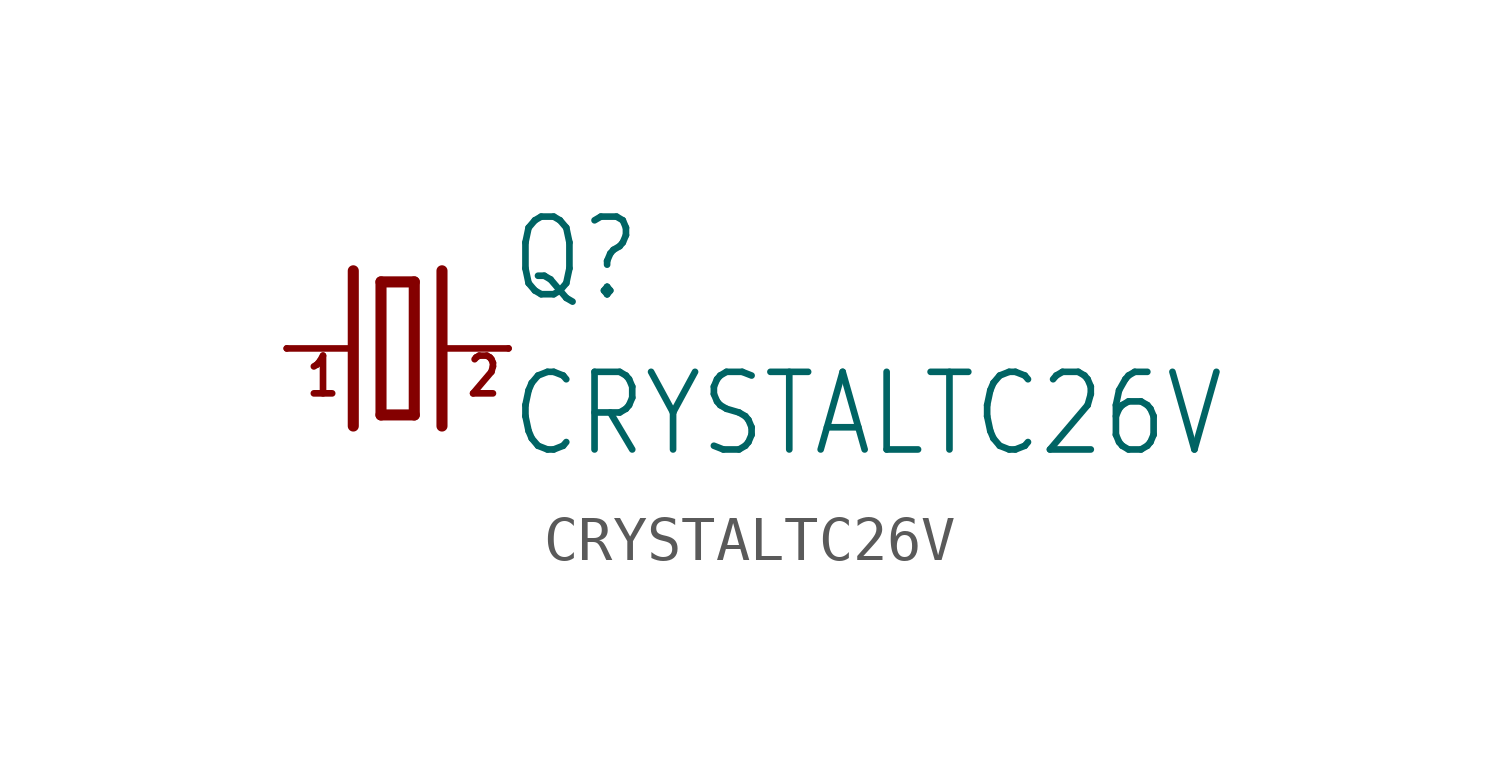
<source format=kicad_sym>
(kicad_symbol_lib
  (version 20220914)
  (generator kicad_symbol_editor)
  (symbol "CRYSTALTC26V"
    (property "Reference" "Q"
      (at 2.54 1.016 0)
      (effects (font (size 1.778 1.511)) (justify left bottom)))
    (property "Value" "CRYSTALTC26V"
      (at 2.54 -2.54 0)
      (effects (font (size 1.778 1.511)) (justify left bottom)))
    (property "ki_locked" ""
      (at 0 0 0)
      (effects (font (size 1.27 1.27))))
    (symbol "CRYSTALTC26V_1_0"
      (polyline (pts (xy -2.54 0) (xy -1.016 0)) (stroke (width 0.152) (type default)) (fill (type none)))
      (polyline (pts (xy -1.016 1.778) (xy -1.016 -1.778)) (stroke (width 0.254) (type default)) (fill (type none)))
      (polyline (pts (xy -0.381 -1.524) (xy 0.381 -1.524)) (stroke (width 0.254) (type default)) (fill (type none)))
      (polyline (pts (xy -0.381 1.524) (xy -0.381 -1.524)) (stroke (width 0.254) (type default)) (fill (type none)))
      (polyline (pts (xy 0.381 -1.524) (xy 0.381 1.524)) (stroke (width 0.254) (type default)) (fill (type none)))
      (polyline (pts (xy 0.381 1.524) (xy -0.381 1.524)) (stroke (width 0.254) (type default)) (fill (type none)))
      (polyline (pts (xy 1.016 0) (xy 2.54 0)) (stroke (width 0.152) (type default)) (fill (type none)))
      (polyline (pts (xy 1.016 1.778) (xy 1.016 -1.778)) (stroke (width 0.254) (type default)) (fill (type none)))
      (text "1" (at -2.159 -1.143 0) (effects (font (size 0.864 0.734)) (justify left bottom)))
      (text "2" (at 1.524 -1.143 0) (effects (font (size 0.864 0.734)) (justify left bottom)))
      (pin passive line (at -2.54 0 0) (length 0) (name "1" (effects (font (size 0 0)))) (number "1" (effects (font (size 0 0)))))
      (pin passive line (at 2.54 0 180) (length 0) (name "2" (effects (font (size 0 0)))) (number "2" (effects (font (size 0 0))))))))
</source>
